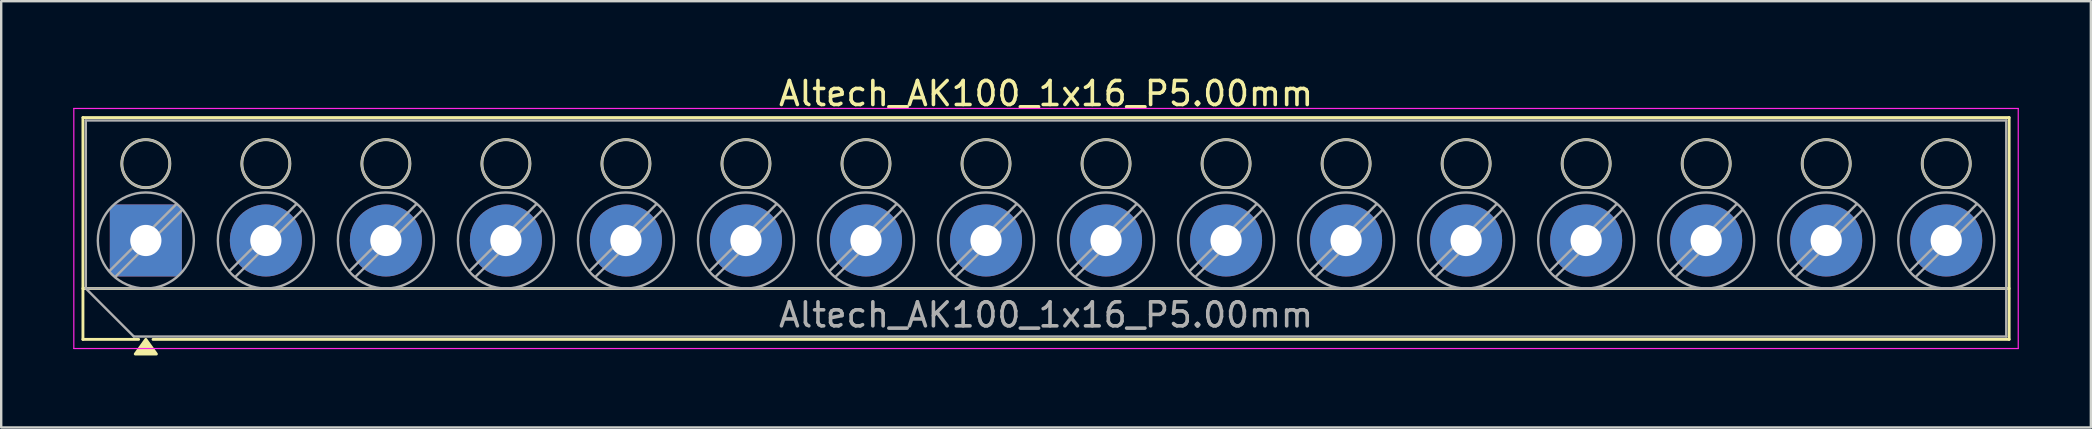
<source format=kicad_pcb>
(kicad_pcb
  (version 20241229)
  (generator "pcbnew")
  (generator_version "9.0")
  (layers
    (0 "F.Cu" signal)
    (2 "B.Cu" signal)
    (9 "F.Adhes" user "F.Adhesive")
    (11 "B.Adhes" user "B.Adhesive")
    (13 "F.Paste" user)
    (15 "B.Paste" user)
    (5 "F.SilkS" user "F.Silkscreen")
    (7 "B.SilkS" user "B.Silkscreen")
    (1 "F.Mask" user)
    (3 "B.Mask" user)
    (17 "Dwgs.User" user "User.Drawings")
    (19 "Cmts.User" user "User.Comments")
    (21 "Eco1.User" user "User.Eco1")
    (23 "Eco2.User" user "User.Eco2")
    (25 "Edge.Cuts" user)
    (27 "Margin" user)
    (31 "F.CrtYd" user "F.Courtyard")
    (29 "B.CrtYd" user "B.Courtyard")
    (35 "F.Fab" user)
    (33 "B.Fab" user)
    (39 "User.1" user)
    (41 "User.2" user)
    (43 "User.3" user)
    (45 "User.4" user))
  (footprint "Altech_AK100_1x16_P5.00mm"
    (layer "F.Cu")
    (at 3.025 6.968)
    (property "Reference" "Altech_AK100_1x16_P5.00mm" (at 37.5 -6.12 0) (layer "F.SilkS") (effects (font (size 1 1) (thickness 0.15))))
    (attr through_hole)
    (fp_line (start -2.62 -5.12) (end 77.62 -5.12) (stroke (width 0.12) (type solid)) (layer "F.SilkS"))
    (fp_line (start -2.62 2) (end 77.62 2) (stroke (width 0.12) (type solid)) (layer "F.SilkS"))
    (fp_line (start -2.62 4.12) (end -2.62 -5.12) (stroke (width 0.12) (type solid)) (layer "F.SilkS"))
    (fp_line (start -0.3 4.12) (end -2.62 4.12) (stroke (width 0.12) (type solid)) (layer "F.SilkS"))
    (fp_line (start 77.62 -5.12) (end 77.62 4.12) (stroke (width 0.12) (type solid)) (layer "F.SilkS"))
    (fp_line (start 77.62 4.12) (end 0.3 4.12) (stroke (width 0.12) (type solid)) (layer "F.SilkS"))
    (fp_circle (center 0 -3.2) (end 1 -3.2) (stroke (width 0.12) (type solid)) (fill no) (layer "F.SilkS"))
    (fp_circle (center 5 -3.2) (end 6 -3.2) (stroke (width 0.12) (type solid)) (fill no) (layer "F.SilkS"))
    (fp_circle (center 10 -3.2) (end 11 -3.2) (stroke (width 0.12) (type solid)) (fill no) (layer "F.SilkS"))
    (fp_circle (center 15 -3.2) (end 16 -3.2) (stroke (width 0.12) (type solid)) (fill no) (layer "F.SilkS"))
    (fp_circle (center 20 -3.2) (end 21 -3.2) (stroke (width 0.12) (type solid)) (fill no) (layer "F.SilkS"))
    (fp_circle (center 25 -3.2) (end 26 -3.2) (stroke (width 0.12) (type solid)) (fill no) (layer "F.SilkS"))
    (fp_circle (center 30 -3.2) (end 31 -3.2) (stroke (width 0.12) (type solid)) (fill no) (layer "F.SilkS"))
    (fp_circle (center 35 -3.2) (end 36 -3.2) (stroke (width 0.12) (type solid)) (fill no) (layer "F.SilkS"))
    (fp_circle (center 40 -3.2) (end 41 -3.2) (stroke (width 0.12) (type solid)) (fill no) (layer "F.SilkS"))
    (fp_circle (center 45 -3.2) (end 46 -3.2) (stroke (width 0.12) (type solid)) (fill no) (layer "F.SilkS"))
    (fp_circle (center 50 -3.2) (end 51 -3.2) (stroke (width 0.12) (type solid)) (fill no) (layer "F.SilkS"))
    (fp_circle (center 55 -3.2) (end 56 -3.2) (stroke (width 0.12) (type solid)) (fill no) (layer "F.SilkS"))
    (fp_circle (center 60 -3.2) (end 61 -3.2) (stroke (width 0.12) (type solid)) (fill no) (layer "F.SilkS"))
    (fp_circle (center 65 -3.2) (end 66 -3.2) (stroke (width 0.12) (type solid)) (fill no) (layer "F.SilkS"))
    (fp_circle (center 70 -3.2) (end 71 -3.2) (stroke (width 0.12) (type solid)) (fill no) (layer "F.SilkS"))
    (fp_circle (center 75 -3.2) (end 76 -3.2) (stroke (width 0.12) (type solid)) (fill no) (layer "F.SilkS"))
    (fp_poly (pts (xy 0 4.12) (xy 0.44 4.73) (xy -0.44 4.73)) (stroke (width 0.12) (type solid)) (fill yes) (layer "F.SilkS"))
    (fp_line (start -3 -5.5) (end -3 4.5) (stroke (width 0.05) (type solid)) (layer "F.CrtYd"))
    (fp_line (start -3 4.5) (end 78 4.5) (stroke (width 0.05) (type solid)) (layer "F.CrtYd"))
    (fp_line (start 78 -5.5) (end -3 -5.5) (stroke (width 0.05) (type solid)) (layer "F.CrtYd"))
    (fp_line (start 78 4.5) (end 78 -5.5) (stroke (width 0.05) (type solid)) (layer "F.CrtYd"))
    (fp_line (start -2.5 -5) (end 77.5 -5) (stroke (width 0.1) (type solid)) (layer "F.Fab"))
    (fp_line (start -2.5 2) (end -2.5 -5) (stroke (width 0.1) (type solid)) (layer "F.Fab"))
    (fp_line (start -2.5 2) (end 77.5 2) (stroke (width 0.1) (type solid)) (layer "F.Fab"))
    (fp_line (start -0.5 4) (end -2.5 2) (stroke (width 0.1) (type solid)) (layer "F.Fab"))
    (fp_line (start 1.273 -1.517) (end -1.517 1.273) (stroke (width 0.1) (type solid)) (layer "F.Fab"))
    (fp_line (start 1.517 -1.273) (end -1.273 1.517) (stroke (width 0.1) (type solid)) (layer "F.Fab"))
    (fp_line (start 6.273 -1.517) (end 3.483 1.273) (stroke (width 0.1) (type solid)) (layer "F.Fab"))
    (fp_line (start 6.517 -1.273) (end 3.727 1.517) (stroke (width 0.1) (type solid)) (layer "F.Fab"))
    (fp_line (start 11.273 -1.517) (end 8.483 1.273) (stroke (width 0.1) (type solid)) (layer "F.Fab"))
    (fp_line (start 11.517 -1.273) (end 8.727 1.517) (stroke (width 0.1) (type solid)) (layer "F.Fab"))
    (fp_line (start 16.273 -1.517) (end 13.483 1.273) (stroke (width 0.1) (type solid)) (layer "F.Fab"))
    (fp_line (start 16.517 -1.273) (end 13.727 1.517) (stroke (width 0.1) (type solid)) (layer "F.Fab"))
    (fp_line (start 21.273 -1.517) (end 18.483 1.273) (stroke (width 0.1) (type solid)) (layer "F.Fab"))
    (fp_line (start 21.517 -1.273) (end 18.727 1.517) (stroke (width 0.1) (type solid)) (layer "F.Fab"))
    (fp_line (start 26.273 -1.517) (end 23.483 1.273) (stroke (width 0.1) (type solid)) (layer "F.Fab"))
    (fp_line (start 26.517 -1.273) (end 23.727 1.517) (stroke (width 0.1) (type solid)) (layer "F.Fab"))
    (fp_line (start 31.273 -1.517) (end 28.483 1.273) (stroke (width 0.1) (type solid)) (layer "F.Fab"))
    (fp_line (start 31.517 -1.273) (end 28.727 1.517) (stroke (width 0.1) (type solid)) (layer "F.Fab"))
    (fp_line (start 36.273 -1.517) (end 33.483 1.273) (stroke (width 0.1) (type solid)) (layer "F.Fab"))
    (fp_line (start 36.517 -1.273) (end 33.727 1.517) (stroke (width 0.1) (type solid)) (layer "F.Fab"))
    (fp_line (start 41.273 -1.517) (end 38.483 1.273) (stroke (width 0.1) (type solid)) (layer "F.Fab"))
    (fp_line (start 41.517 -1.273) (end 38.727 1.517) (stroke (width 0.1) (type solid)) (layer "F.Fab"))
    (fp_line (start 46.273 -1.517) (end 43.483 1.273) (stroke (width 0.1) (type solid)) (layer "F.Fab"))
    (fp_line (start 46.517 -1.273) (end 43.727 1.517) (stroke (width 0.1) (type solid)) (layer "F.Fab"))
    (fp_line (start 51.273 -1.517) (end 48.483 1.273) (stroke (width 0.1) (type solid)) (layer "F.Fab"))
    (fp_line (start 51.517 -1.273) (end 48.727 1.517) (stroke (width 0.1) (type solid)) (layer "F.Fab"))
    (fp_line (start 56.273 -1.517) (end 53.483 1.273) (stroke (width 0.1) (type solid)) (layer "F.Fab"))
    (fp_line (start 56.517 -1.273) (end 53.727 1.517) (stroke (width 0.1) (type solid)) (layer "F.Fab"))
    (fp_line (start 61.273 -1.517) (end 58.483 1.273) (stroke (width 0.1) (type solid)) (layer "F.Fab"))
    (fp_line (start 61.517 -1.273) (end 58.727 1.517) (stroke (width 0.1) (type solid)) (layer "F.Fab"))
    (fp_line (start 66.273 -1.517) (end 63.483 1.273) (stroke (width 0.1) (type solid)) (layer "F.Fab"))
    (fp_line (start 66.517 -1.273) (end 63.727 1.517) (stroke (width 0.1) (type solid)) (layer "F.Fab"))
    (fp_line (start 71.273 -1.517) (end 68.483 1.273) (stroke (width 0.1) (type solid)) (layer "F.Fab"))
    (fp_line (start 71.517 -1.273) (end 68.727 1.517) (stroke (width 0.1) (type solid)) (layer "F.Fab"))
    (fp_line (start 76.273 -1.517) (end 73.483 1.273) (stroke (width 0.1) (type solid)) (layer "F.Fab"))
    (fp_line (start 76.517 -1.273) (end 73.727 1.517) (stroke (width 0.1) (type solid)) (layer "F.Fab"))
    (fp_line (start 77.5 -5) (end 77.5 4) (stroke (width 0.1) (type solid)) (layer "F.Fab"))
    (fp_line (start 77.5 4) (end -0.5 4) (stroke (width 0.1) (type solid)) (layer "F.Fab"))
    (fp_circle (center 0 -3.2) (end 1 -3.2) (stroke (width 0.1) (type solid)) (fill no) (layer "F.Fab"))
    (fp_circle (center 0 0) (end 2 0) (stroke (width 0.1) (type solid)) (fill no) (layer "F.Fab"))
    (fp_circle (center 5 -3.2) (end 6 -3.2) (stroke (width 0.1) (type solid)) (fill no) (layer "F.Fab"))
    (fp_circle (center 5 0) (end 7 0) (stroke (width 0.1) (type solid)) (fill no) (layer "F.Fab"))
    (fp_circle (center 10 -3.2) (end 11 -3.2) (stroke (width 0.1) (type solid)) (fill no) (layer "F.Fab"))
    (fp_circle (center 10 0) (end 12 0) (stroke (width 0.1) (type solid)) (fill no) (layer "F.Fab"))
    (fp_circle (center 15 -3.2) (end 16 -3.2) (stroke (width 0.1) (type solid)) (fill no) (layer "F.Fab"))
    (fp_circle (center 15 0) (end 17 0) (stroke (width 0.1) (type solid)) (fill no) (layer "F.Fab"))
    (fp_circle (center 20 -3.2) (end 21 -3.2) (stroke (width 0.1) (type solid)) (fill no) (layer "F.Fab"))
    (fp_circle (center 20 0) (end 22 0) (stroke (width 0.1) (type solid)) (fill no) (layer "F.Fab"))
    (fp_circle (center 25 -3.2) (end 26 -3.2) (stroke (width 0.1) (type solid)) (fill no) (layer "F.Fab"))
    (fp_circle (center 25 0) (end 27 0) (stroke (width 0.1) (type solid)) (fill no) (layer "F.Fab"))
    (fp_circle (center 30 -3.2) (end 31 -3.2) (stroke (width 0.1) (type solid)) (fill no) (layer "F.Fab"))
    (fp_circle (center 30 0) (end 32 0) (stroke (width 0.1) (type solid)) (fill no) (layer "F.Fab"))
    (fp_circle (center 35 -3.2) (end 36 -3.2) (stroke (width 0.1) (type solid)) (fill no) (layer "F.Fab"))
    (fp_circle (center 35 0) (end 37 0) (stroke (width 0.1) (type solid)) (fill no) (layer "F.Fab"))
    (fp_circle (center 40 -3.2) (end 41 -3.2) (stroke (width 0.1) (type solid)) (fill no) (layer "F.Fab"))
    (fp_circle (center 40 0) (end 42 0) (stroke (width 0.1) (type solid)) (fill no) (layer "F.Fab"))
    (fp_circle (center 45 -3.2) (end 46 -3.2) (stroke (width 0.1) (type solid)) (fill no) (layer "F.Fab"))
    (fp_circle (center 45 0) (end 47 0) (stroke (width 0.1) (type solid)) (fill no) (layer "F.Fab"))
    (fp_circle (center 50 -3.2) (end 51 -3.2) (stroke (width 0.1) (type solid)) (fill no) (layer "F.Fab"))
    (fp_circle (center 50 0) (end 52 0) (stroke (width 0.1) (type solid)) (fill no) (layer "F.Fab"))
    (fp_circle (center 55 -3.2) (end 56 -3.2) (stroke (width 0.1) (type solid)) (fill no) (layer "F.Fab"))
    (fp_circle (center 55 0) (end 57 0) (stroke (width 0.1) (type solid)) (fill no) (layer "F.Fab"))
    (fp_circle (center 60 -3.2) (end 61 -3.2) (stroke (width 0.1) (type solid)) (fill no) (layer "F.Fab"))
    (fp_circle (center 60 0) (end 62 0) (stroke (width 0.1) (type solid)) (fill no) (layer "F.Fab"))
    (fp_circle (center 65 -3.2) (end 66 -3.2) (stroke (width 0.1) (type solid)) (fill no) (layer "F.Fab"))
    (fp_circle (center 65 0) (end 67 0) (stroke (width 0.1) (type solid)) (fill no) (layer "F.Fab"))
    (fp_circle (center 70 -3.2) (end 71 -3.2) (stroke (width 0.1) (type solid)) (fill no) (layer "F.Fab"))
    (fp_circle (center 70 0) (end 72 0) (stroke (width 0.1) (type solid)) (fill no) (layer "F.Fab"))
    (fp_circle (center 75 -3.2) (end 76 -3.2) (stroke (width 0.1) (type solid)) (fill no) (layer "F.Fab"))
    (fp_circle (center 75 0) (end 77 0) (stroke (width 0.1) (type solid)) (fill no) (layer "F.Fab"))
    (fp_text user "${REFERENCE}" (at 37.5 3.1 0) (layer "F.Fab") (effects (font (size 1 1) (thickness 0.15))))
    (pad "1" thru_hole roundrect (at 0 0) (size 3 3) (drill 1.3) (layers "*.Cu" "*.Mask") (roundrect_rratio 0.083))
    (pad "2" thru_hole circle (at 5 0) (size 3 3) (drill 1.3) (layers "*.Cu" "*.Mask"))
    (pad "3" thru_hole circle (at 10 0) (size 3 3) (drill 1.3) (layers "*.Cu" "*.Mask"))
    (pad "4" thru_hole circle (at 15 0) (size 3 3) (drill 1.3) (layers "*.Cu" "*.Mask"))
    (pad "5" thru_hole circle (at 20 0) (size 3 3) (drill 1.3) (layers "*.Cu" "*.Mask"))
    (pad "6" thru_hole circle (at 25 0) (size 3 3) (drill 1.3) (layers "*.Cu" "*.Mask"))
    (pad "7" thru_hole circle (at 30 0) (size 3 3) (drill 1.3) (layers "*.Cu" "*.Mask"))
    (pad "8" thru_hole circle (at 35 0) (size 3 3) (drill 1.3) (layers "*.Cu" "*.Mask"))
    (pad "9" thru_hole circle (at 40 0) (size 3 3) (drill 1.3) (layers "*.Cu" "*.Mask"))
    (pad "10" thru_hole circle (at 45 0) (size 3 3) (drill 1.3) (layers "*.Cu" "*.Mask"))
    (pad "11" thru_hole circle (at 50 0) (size 3 3) (drill 1.3) (layers "*.Cu" "*.Mask"))
    (pad "12" thru_hole circle (at 55 0) (size 3 3) (drill 1.3) (layers "*.Cu" "*.Mask"))
    (pad "13" thru_hole circle (at 60 0) (size 3 3) (drill 1.3) (layers "*.Cu" "*.Mask"))
    (pad "14" thru_hole circle (at 65 0) (size 3 3) (drill 1.3) (layers "*.Cu" "*.Mask"))
    (pad "15" thru_hole circle (at 70 0) (size 3 3) (drill 1.3) (layers "*.Cu" "*.Mask"))
    (pad "16" thru_hole circle (at 75 0) (size 3 3) (drill 1.3) (layers "*.Cu" "*.Mask")))
  (gr_rect
    (start -3 -3)
    (end 84.05 14.758)
    (stroke (width 0.1) (type default))
    (fill no)
    (layer "Edge.Cuts")))
</source>
